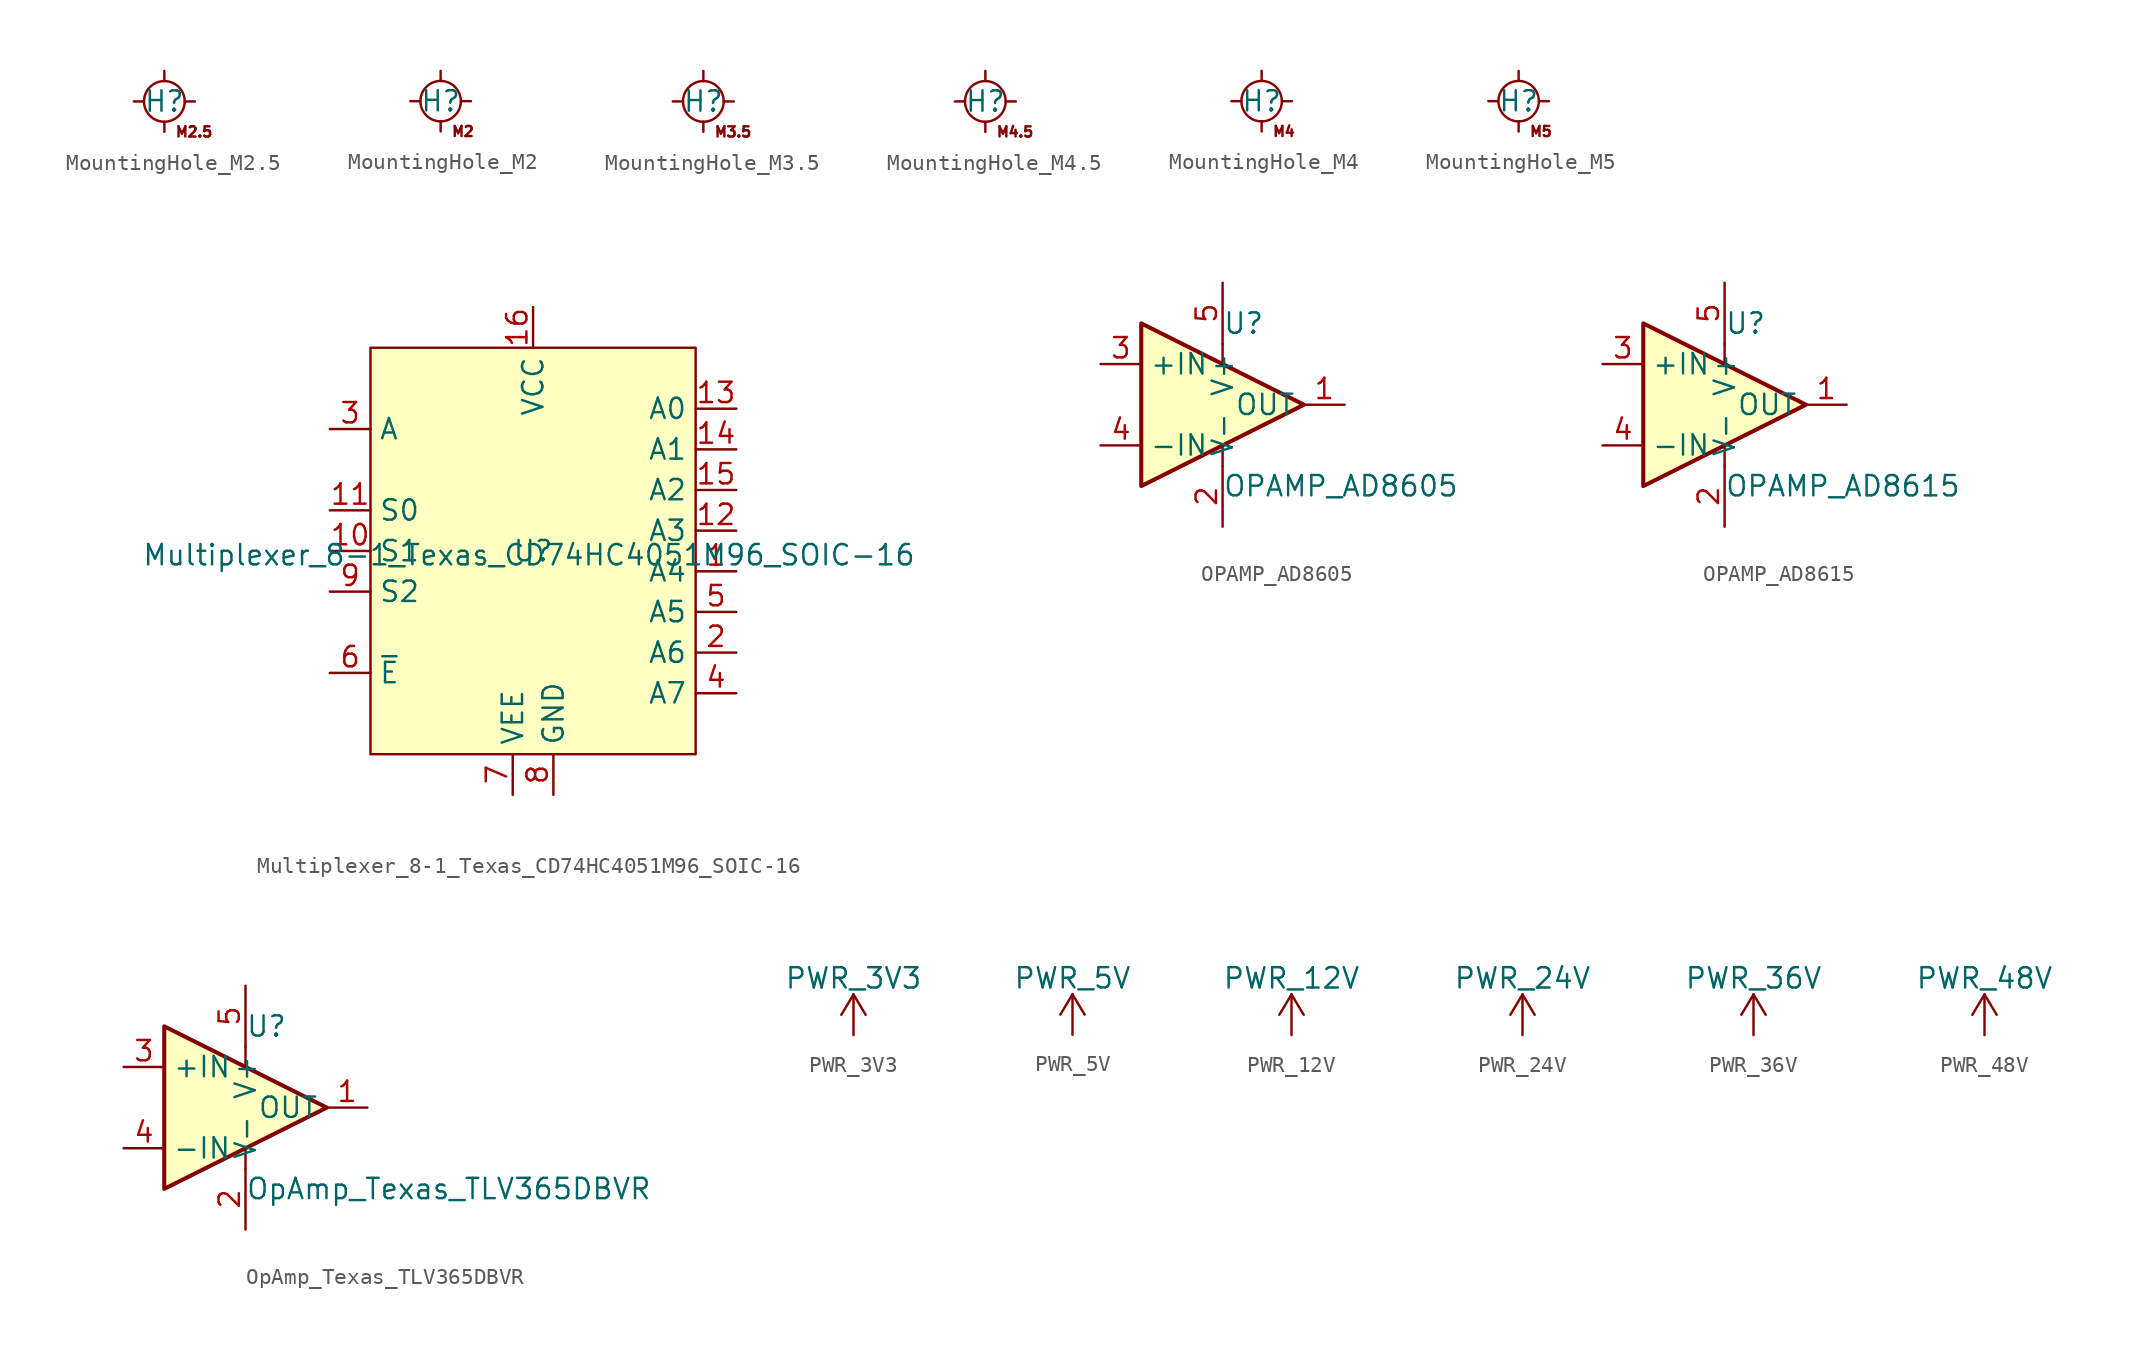
<source format=kicad_sym>
(kicad_symbol_lib
  (version 20231120)
  (generator "kicad_symbol_editor")
  (generator_version "8.0")
  (symbol "MountingHole_M2.5"
    (pin_numbers hide)
    (pin_names
      (offset 0))
    (property "Reference" "H"
      (at 0 0 0)
      (effects (font (size 1.27 1.27))))
    (property "Value" ""
      (at 0 0 0)
      (effects (font (size 1.27 1.27))))
    (symbol "MountingHole_M2.5_0_1"
      (polyline (pts (xy -1.27 0) (xy -1.905 0)) (stroke (width 0) (type default)) (fill (type none)))
      (polyline (pts (xy 0 -1.27) (xy 0 -1.905)) (stroke (width 0) (type default)) (fill (type none)))
      (polyline (pts (xy 0 1.27) (xy 0 1.905)) (stroke (width 0) (type default)) (fill (type none)))
      (polyline (pts (xy 1.27 0) (xy 1.905 0)) (stroke (width 0) (type default)) (fill (type none)))
      (circle (center 0 0) (radius 1.27) (stroke (width 0) (type default)) (fill (type none))))
    (symbol "MountingHole_M2.5_1_1"
      (text "M2.5" (at 0.635 -1.905 0) (effects (font (size 0.635 0.635)) (justify left)))))
  (symbol "MountingHole_M2"
    (pin_numbers hide)
    (pin_names
      (offset 0))
    (property "Reference" "H"
      (at 0 0 0)
      (effects (font (size 1.27 1.27))))
    (property "Value" ""
      (at 0 0 0)
      (effects (font (size 1.27 1.27))))
    (symbol "MountingHole_M2_0_1"
      (polyline (pts (xy -1.27 0) (xy -1.905 0)) (stroke (width 0) (type default)) (fill (type none)))
      (polyline (pts (xy 0 -1.27) (xy 0 -1.905)) (stroke (width 0) (type default)) (fill (type none)))
      (polyline (pts (xy 0 1.27) (xy 0 1.905)) (stroke (width 0) (type default)) (fill (type none)))
      (polyline (pts (xy 1.27 0) (xy 1.905 0)) (stroke (width 0) (type default)) (fill (type none)))
      (circle (center 0 0) (radius 1.27) (stroke (width 0) (type default)) (fill (type none))))
    (symbol "MountingHole_M2_1_1"
      (text "M2" (at 0.635 -1.905 0) (effects (font (size 0.635 0.635)) (justify left)))))
  (symbol "MountingHole_M3.5"
    (pin_numbers hide)
    (pin_names
      (offset 0))
    (property "Reference" "H"
      (at 0 0 0)
      (effects (font (size 1.27 1.27))))
    (property "Value" ""
      (at 0 0 0)
      (effects (font (size 1.27 1.27))))
    (symbol "MountingHole_M3.5_0_1"
      (polyline (pts (xy -1.27 0) (xy -1.905 0)) (stroke (width 0) (type default)) (fill (type none)))
      (polyline (pts (xy 0 -1.27) (xy 0 -1.905)) (stroke (width 0) (type default)) (fill (type none)))
      (polyline (pts (xy 0 1.27) (xy 0 1.905)) (stroke (width 0) (type default)) (fill (type none)))
      (polyline (pts (xy 1.27 0) (xy 1.905 0)) (stroke (width 0) (type default)) (fill (type none)))
      (circle (center 0 0) (radius 1.27) (stroke (width 0) (type default)) (fill (type none))))
    (symbol "MountingHole_M3.5_1_1"
      (text "M3.5" (at 0.635 -1.905 0) (effects (font (size 0.635 0.635)) (justify left)))))
  (symbol "MountingHole_M4.5"
    (pin_numbers hide)
    (pin_names
      (offset 0))
    (property "Reference" "H"
      (at 0 0 0)
      (effects (font (size 1.27 1.27))))
    (property "Value" ""
      (at 0 0 0)
      (effects (font (size 1.27 1.27))))
    (symbol "MountingHole_M4.5_0_1"
      (polyline (pts (xy -1.27 0) (xy -1.905 0)) (stroke (width 0) (type default)) (fill (type none)))
      (polyline (pts (xy 0 -1.27) (xy 0 -1.905)) (stroke (width 0) (type default)) (fill (type none)))
      (polyline (pts (xy 0 1.27) (xy 0 1.905)) (stroke (width 0) (type default)) (fill (type none)))
      (polyline (pts (xy 1.27 0) (xy 1.905 0)) (stroke (width 0) (type default)) (fill (type none)))
      (circle (center 0 0) (radius 1.27) (stroke (width 0) (type default)) (fill (type none))))
    (symbol "MountingHole_M4.5_1_1"
      (text "M4.5" (at 0.635 -1.905 0) (effects (font (size 0.635 0.635)) (justify left)))))
  (symbol "MountingHole_M4"
    (pin_numbers hide)
    (pin_names
      (offset 0))
    (property "Reference" "H"
      (at 0 0 0)
      (effects (font (size 1.27 1.27))))
    (property "Value" ""
      (at 0 0 0)
      (effects (font (size 1.27 1.27))))
    (symbol "MountingHole_M4_0_1"
      (polyline (pts (xy -1.27 0) (xy -1.905 0)) (stroke (width 0) (type default)) (fill (type none)))
      (polyline (pts (xy 0 -1.27) (xy 0 -1.905)) (stroke (width 0) (type default)) (fill (type none)))
      (polyline (pts (xy 0 1.27) (xy 0 1.905)) (stroke (width 0) (type default)) (fill (type none)))
      (polyline (pts (xy 1.27 0) (xy 1.905 0)) (stroke (width 0) (type default)) (fill (type none)))
      (circle (center 0 0) (radius 1.27) (stroke (width 0) (type default)) (fill (type none))))
    (symbol "MountingHole_M4_1_1"
      (text "M4" (at 0.635 -1.905 0) (effects (font (size 0.635 0.635)) (justify left)))))
  (symbol "MountingHole_M5"
    (pin_numbers hide)
    (pin_names
      (offset 0))
    (property "Reference" "H"
      (at 0 0 0)
      (effects (font (size 1.27 1.27))))
    (property "Value" ""
      (at 0 0 0)
      (effects (font (size 1.27 1.27))))
    (symbol "MountingHole_M5_0_1"
      (polyline (pts (xy -1.27 0) (xy -1.905 0)) (stroke (width 0) (type default)) (fill (type none)))
      (polyline (pts (xy 0 -1.27) (xy 0 -1.905)) (stroke (width 0) (type default)) (fill (type none)))
      (polyline (pts (xy 0 1.27) (xy 0 1.905)) (stroke (width 0) (type default)) (fill (type none)))
      (polyline (pts (xy 1.27 0) (xy 1.905 0)) (stroke (width 0) (type default)) (fill (type none)))
      (circle (center 0 0) (radius 1.27) (stroke (width 0) (type default)) (fill (type none))))
    (symbol "MountingHole_M5_1_1"
      (text "M5" (at 0.635 -1.905 0) (effects (font (size 0.635 0.635)) (justify left)))))
  (symbol "Multiplexer_8-1_Texas_CD74HC4051M96_SOIC-16"
    (property "Reference" "U"
      (at 0 0 0)
      (effects (font (size 1.27 1.27))))
    (property "Value" "Multiplexer_8-1_Texas_CD74HC4051M96_SOIC-16"
      (at -0.254 -0.254 0)
      (effects (font (size 1.27 1.27))))
    (symbol "Multiplexer_8-1_Texas_CD74HC4051M96_SOIC-16_1_1"
      (rectangle (start -10.16 12.7) (end 10.16 -12.7) (stroke (width 0) (type default)) (fill (type background)))
      (pin bidirectional line (at 12.7 -1.27 180) (length 2.54) (name "A4" (effects (font (size 1.27 1.27)))) (number "1" (effects (font (size 1.27 1.27)))))
      (pin input line (at -12.7 0 0) (length 2.54) (name "S1" (effects (font (size 1.27 1.27)))) (number "10" (effects (font (size 1.27 1.27)))))
      (pin input line (at -12.7 2.54 0) (length 2.54) (name "S0" (effects (font (size 1.27 1.27)))) (number "11" (effects (font (size 1.27 1.27)))))
      (pin bidirectional line (at 12.7 1.27 180) (length 2.54) (name "A3" (effects (font (size 1.27 1.27)))) (number "12" (effects (font (size 1.27 1.27)))))
      (pin bidirectional line (at 12.7 8.89 180) (length 2.54) (name "A0" (effects (font (size 1.27 1.27)))) (number "13" (effects (font (size 1.27 1.27)))))
      (pin bidirectional line (at 12.7 6.35 180) (length 2.54) (name "A1" (effects (font (size 1.27 1.27)))) (number "14" (effects (font (size 1.27 1.27)))))
      (pin bidirectional line (at 12.7 3.81 180) (length 2.54) (name "A2" (effects (font (size 1.27 1.27)))) (number "15" (effects (font (size 1.27 1.27)))))
      (pin power_in line (at 0 15.24 270) (length 2.54) (name "VCC" (effects (font (size 1.27 1.27)))) (number "16" (effects (font (size 1.27 1.27)))))
      (pin bidirectional line (at 12.7 -6.35 180) (length 2.54) (name "A6" (effects (font (size 1.27 1.27)))) (number "2" (effects (font (size 1.27 1.27)))))
      (pin bidirectional line (at -12.7 7.62 0) (length 2.54) (name "A" (effects (font (size 1.27 1.27)))) (number "3" (effects (font (size 1.27 1.27)))))
      (pin bidirectional line (at 12.7 -8.89 180) (length 2.54) (name "A7" (effects (font (size 1.27 1.27)))) (number "4" (effects (font (size 1.27 1.27)))))
      (pin bidirectional line (at 12.7 -3.81 180) (length 2.54) (name "A5" (effects (font (size 1.27 1.27)))) (number "5" (effects (font (size 1.27 1.27)))))
      (pin input line (at -12.7 -7.62 0) (length 2.54) (name "~{E}" (effects (font (size 1.27 1.27)))) (number "6" (effects (font (size 1.27 1.27)))))
      (pin power_in line (at -1.27 -15.24 90) (length 2.54) (name "VEE" (effects (font (size 1.27 1.27)))) (number "7" (effects (font (size 1.27 1.27)))))
      (pin power_in line (at 1.27 -15.24 90) (length 2.54) (name "GND" (effects (font (size 1.27 1.27)))) (number "8" (effects (font (size 1.27 1.27)))))
      (pin input line (at -12.7 -2.54 0) (length 2.54) (name "S2" (effects (font (size 1.27 1.27)))) (number "9" (effects (font (size 1.27 1.27)))))))
  (symbol "OPAMP_AD8605"
    (property "Reference" "U"
      (at 0 5.08 0)
      (effects (font (size 1.27 1.27)) (justify left)))
    (property "Value" "OPAMP_AD8605"
      (at 0 -5.08 0)
      (effects (font (size 1.27 1.27)) (justify left)))
    (symbol "OPAMP_AD8605_0_1"
      (polyline (pts (xy 0 -3.81) (xy 0 -2.54)) (stroke (width 0) (type default)) (fill (type none)))
      (polyline (pts (xy 0 3.81) (xy 0 2.54)) (stroke (width 0) (type default)) (fill (type none)))
      (polyline (pts (xy -5.08 5.08) (xy 5.08 0) (xy -5.08 -5.08) (xy -5.08 5.08)) (stroke (width 0.254) (type default)) (fill (type background)))
      (pin power_in line (at 0 -7.62 90) (length 3.81) (name "V-" (effects (font (size 1.27 1.27)))) (number "2" (effects (font (size 1.27 1.27)))))
      (pin power_in line (at 0 7.62 270) (length 3.81) (name "V+" (effects (font (size 1.27 1.27)))) (number "5" (effects (font (size 1.27 1.27))))))
    (symbol "OPAMP_AD8605_1_1"
      (pin output line (at 7.62 0 180) (length 2.54) (name "OUT" (effects (font (size 1.27 1.27)))) (number "1" (effects (font (size 1.27 1.27)))))
      (pin input line (at -7.62 2.54 0) (length 2.54) (name "+IN" (effects (font (size 1.27 1.27)))) (number "3" (effects (font (size 1.27 1.27)))))
      (pin input line (at -7.62 -2.54 0) (length 2.54) (name "-IN" (effects (font (size 1.27 1.27)))) (number "4" (effects (font (size 1.27 1.27)))))))
  (symbol "OPAMP_AD8615"
    (property "Reference" "U"
      (at 0 5.08 0)
      (effects (font (size 1.27 1.27)) (justify left)))
    (property "Value" "OPAMP_AD8615"
      (at 0 -5.08 0)
      (effects (font (size 1.27 1.27)) (justify left)))
    (symbol "OPAMP_AD8615_0_1"
      (polyline (pts (xy 0 -2.54) (xy 0 -3.81)) (stroke (width 0) (type default)) (fill (type none)))
      (polyline (pts (xy 0 3.81) (xy 0 2.54)) (stroke (width 0) (type default)) (fill (type none)))
      (polyline (pts (xy -5.08 5.08) (xy 5.08 0) (xy -5.08 -5.08) (xy -5.08 5.08)) (stroke (width 0.254) (type default)) (fill (type background)))
      (pin power_in line (at 0 -7.62 90) (length 3.81) (name "V-" (effects (font (size 1.27 1.27)))) (number "2" (effects (font (size 1.27 1.27)))))
      (pin power_in line (at 0 7.62 270) (length 3.81) (name "V+" (effects (font (size 1.27 1.27)))) (number "5" (effects (font (size 1.27 1.27))))))
    (symbol "OPAMP_AD8615_1_1"
      (pin output line (at 7.62 0 180) (length 2.54) (name "OUT" (effects (font (size 1.27 1.27)))) (number "1" (effects (font (size 1.27 1.27)))))
      (pin input line (at -7.62 2.54 0) (length 2.54) (name "+IN" (effects (font (size 1.27 1.27)))) (number "3" (effects (font (size 1.27 1.27)))))
      (pin input line (at -7.62 -2.54 0) (length 2.54) (name "-IN" (effects (font (size 1.27 1.27)))) (number "4" (effects (font (size 1.27 1.27)))))))
  (symbol "OpAmp_Texas_TLV365DBVR"
    (property "Reference" "U"
      (at 0 5.08 0)
      (effects (font (size 1.27 1.27)) (justify left)))
    (property "Value" "OpAmp_Texas_TLV365DBVR"
      (at 0 -5.08 0)
      (effects (font (size 1.27 1.27)) (justify left)))
    (symbol "OpAmp_Texas_TLV365DBVR_0_1"
      (polyline (pts (xy 0 -3.81) (xy 0 -2.54)) (stroke (width 0) (type default)) (fill (type none)))
      (polyline (pts (xy 0 3.81) (xy 0 2.54)) (stroke (width 0) (type default)) (fill (type none)))
      (polyline (pts (xy -5.08 5.08) (xy 5.08 0) (xy -5.08 -5.08) (xy -5.08 5.08)) (stroke (width 0.254) (type default)) (fill (type background)))
      (pin power_in line (at 0 -7.62 90) (length 3.81) (name "V-" (effects (font (size 1.27 1.27)))) (number "2" (effects (font (size 1.27 1.27)))))
      (pin power_in line (at 0 7.62 270) (length 3.81) (name "V+" (effects (font (size 1.27 1.27)))) (number "5" (effects (font (size 1.27 1.27))))))
    (symbol "OpAmp_Texas_TLV365DBVR_1_1"
      (pin output line (at 7.62 0 180) (length 2.54) (name "OUT" (effects (font (size 1.27 1.27)))) (number "1" (effects (font (size 1.27 1.27)))))
      (pin input line (at -7.62 2.54 0) (length 2.54) (name "+IN" (effects (font (size 1.27 1.27)))) (number "3" (effects (font (size 1.27 1.27)))))
      (pin input line (at -7.62 -2.54 0) (length 2.54) (name "-IN" (effects (font (size 1.27 1.27)))) (number "4" (effects (font (size 1.27 1.27)))))))
  (symbol "PWR_3V3"
    (power)
    (pin_names
      (offset 0))
    (property "Reference" "#PWR"
      (at 0 -3.81 0)
      (effects (font (size 1.27 1.27)) (hide yes)))
    (property "Value" "PWR_3V3"
      (at 0 3.556 0)
      (effects (font (size 1.27 1.27))))
    (symbol "PWR_3V3_0_1"
      (polyline (pts (xy -0.762 1.27) (xy 0 2.54)) (stroke (width 0) (type default)) (fill (type none)))
      (polyline (pts (xy 0 0) (xy 0 2.54)) (stroke (width 0) (type default)) (fill (type none)))
      (polyline (pts (xy 0 2.54) (xy 0.762 1.27)) (stroke (width 0) (type default)) (fill (type none))))
    (symbol "PWR_3V3_1_1"
      (pin power_in line (at 0 0 90) (length 0) hide (name "PWR_3V3" (effects (font (size 1.27 1.27)))) (number "1" (effects (font (size 1.27 1.27)))))))
  (symbol "PWR_5V"
    (power)
    (pin_names
      (offset 0))
    (property "Reference" "#PWR"
      (at 0 -3.81 0)
      (effects (font (size 1.27 1.27)) (hide yes)))
    (property "Value" "PWR_5V"
      (at 0 3.556 0)
      (effects (font (size 1.27 1.27))))
    (symbol "PWR_5V_0_1"
      (polyline (pts (xy -0.762 1.27) (xy 0 2.54)) (stroke (width 0) (type default)) (fill (type none)))
      (polyline (pts (xy 0 0) (xy 0 2.54)) (stroke (width 0) (type default)) (fill (type none)))
      (polyline (pts (xy 0 2.54) (xy 0.762 1.27)) (stroke (width 0) (type default)) (fill (type none))))
    (symbol "PWR_5V_1_1"
      (pin power_in line (at 0 0 90) (length 0) hide (name "PWR_5V" (effects (font (size 1.27 1.27)))) (number "1" (effects (font (size 1.27 1.27)))))))
  (symbol "PWR_12V"
    (power)
    (pin_names
      (offset 0))
    (property "Reference" "#PWR"
      (at 0 -3.81 0)
      (effects (font (size 1.27 1.27)) (hide yes)))
    (property "Value" "PWR_12V"
      (at 0 3.556 0)
      (effects (font (size 1.27 1.27))))
    (symbol "PWR_12V_0_1"
      (polyline (pts (xy -0.762 1.27) (xy 0 2.54)) (stroke (width 0) (type default)) (fill (type none)))
      (polyline (pts (xy 0 0) (xy 0 2.54)) (stroke (width 0) (type default)) (fill (type none)))
      (polyline (pts (xy 0 2.54) (xy 0.762 1.27)) (stroke (width 0) (type default)) (fill (type none))))
    (symbol "PWR_12V_1_1"
      (pin power_in line (at 0 0 90) (length 0) hide (name "PWR_12V" (effects (font (size 1.27 1.27)))) (number "1" (effects (font (size 1.27 1.27)))))))
  (symbol "PWR_24V"
    (power)
    (pin_names
      (offset 0))
    (property "Reference" "#PWR"
      (at 0 -3.81 0)
      (effects (font (size 1.27 1.27)) (hide yes)))
    (property "Value" "PWR_24V"
      (at 0 3.556 0)
      (effects (font (size 1.27 1.27))))
    (symbol "PWR_24V_0_1"
      (polyline (pts (xy -0.762 1.27) (xy 0 2.54)) (stroke (width 0) (type default)) (fill (type none)))
      (polyline (pts (xy 0 0) (xy 0 2.54)) (stroke (width 0) (type default)) (fill (type none)))
      (polyline (pts (xy 0 2.54) (xy 0.762 1.27)) (stroke (width 0) (type default)) (fill (type none))))
    (symbol "PWR_24V_1_1"
      (pin power_in line (at 0 0 90) (length 0) hide (name "PWR_24V" (effects (font (size 1.27 1.27)))) (number "1" (effects (font (size 1.27 1.27)))))))
  (symbol "PWR_36V"
    (power)
    (pin_names
      (offset 0))
    (property "Reference" "#PWR"
      (at 0 -3.81 0)
      (effects (font (size 1.27 1.27)) (hide yes)))
    (property "Value" "PWR_36V"
      (at 0 3.556 0)
      (effects (font (size 1.27 1.27))))
    (symbol "PWR_36V_0_1"
      (polyline (pts (xy -0.762 1.27) (xy 0 2.54)) (stroke (width 0) (type default)) (fill (type none)))
      (polyline (pts (xy 0 0) (xy 0 2.54)) (stroke (width 0) (type default)) (fill (type none)))
      (polyline (pts (xy 0 2.54) (xy 0.762 1.27)) (stroke (width 0) (type default)) (fill (type none))))
    (symbol "PWR_36V_1_1"
      (pin power_in line (at 0 0 90) (length 0) hide (name "PWR_36V" (effects (font (size 1.27 1.27)))) (number "1" (effects (font (size 1.27 1.27)))))))
  (symbol "PWR_48V"
    (power)
    (pin_names
      (offset 0))
    (property "Reference" "#PWR"
      (at 0 -3.81 0)
      (effects (font (size 1.27 1.27)) (hide yes)))
    (property "Value" "PWR_48V"
      (at 0 3.556 0)
      (effects (font (size 1.27 1.27))))
    (symbol "PWR_48V_0_1"
      (polyline (pts (xy -0.762 1.27) (xy 0 2.54)) (stroke (width 0) (type default)) (fill (type none)))
      (polyline (pts (xy 0 0) (xy 0 2.54)) (stroke (width 0) (type default)) (fill (type none)))
      (polyline (pts (xy 0 2.54) (xy 0.762 1.27)) (stroke (width 0) (type default)) (fill (type none))))
    (symbol "PWR_48V_1_1"
      (pin power_in line (at 0 0 90) (length 0) hide (name "PWR_48V" (effects (font (size 1.27 1.27)))) (number "1" (effects (font (size 1.27 1.27))))))))
</source>
